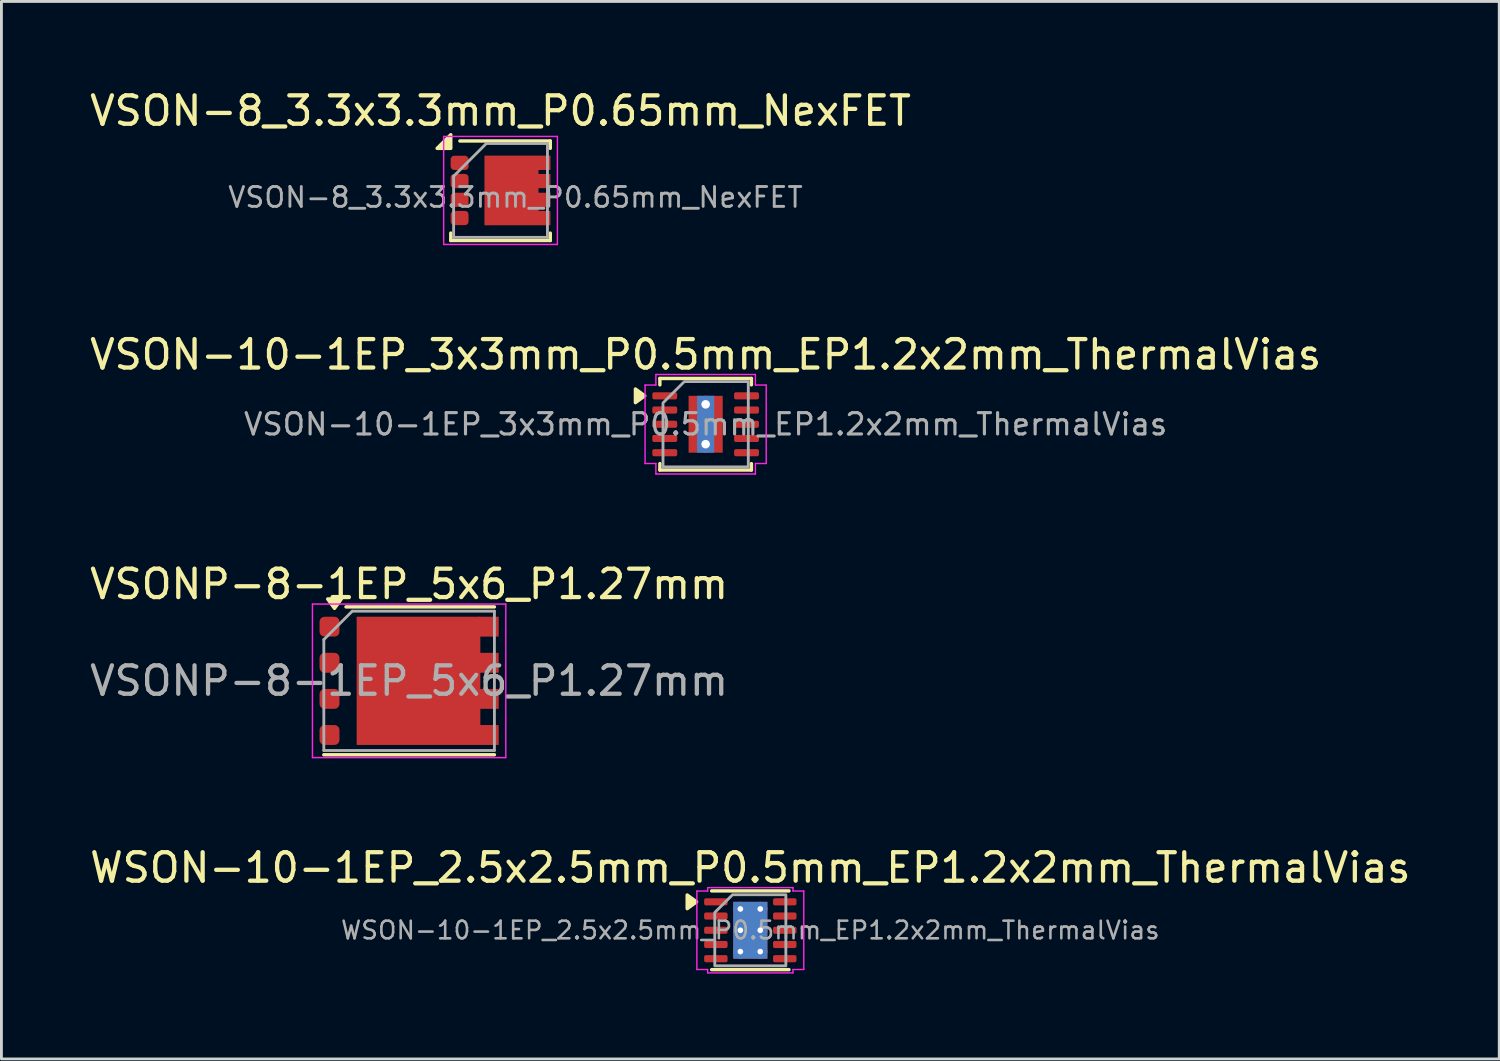
<source format=kicad_pcb>
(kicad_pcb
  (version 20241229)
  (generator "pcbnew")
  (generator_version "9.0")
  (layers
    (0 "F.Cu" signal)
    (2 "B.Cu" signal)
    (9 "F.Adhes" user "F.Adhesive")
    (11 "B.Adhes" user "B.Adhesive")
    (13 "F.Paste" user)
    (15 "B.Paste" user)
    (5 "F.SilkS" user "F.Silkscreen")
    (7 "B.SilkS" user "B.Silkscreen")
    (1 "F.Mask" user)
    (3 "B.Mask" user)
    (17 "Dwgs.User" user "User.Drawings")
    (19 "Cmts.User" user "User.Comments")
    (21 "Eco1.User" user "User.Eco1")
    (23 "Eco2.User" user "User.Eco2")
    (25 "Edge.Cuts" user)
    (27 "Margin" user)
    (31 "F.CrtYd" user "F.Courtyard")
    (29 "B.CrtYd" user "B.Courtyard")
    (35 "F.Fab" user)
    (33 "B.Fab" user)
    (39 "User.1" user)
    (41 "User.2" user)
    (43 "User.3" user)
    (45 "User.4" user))
  (footprint "VSONP-8-1EP_5x6_P1.27mm"
    (layer "F.Cu")
    (at 11.339 20.895)
    (property "Reference" "VSONP-8-1EP_5x6_P1.27mm" (at 0 -3.4 0) (layer "F.SilkS") (effects (font (size 1 1) (thickness 0.15))))
    (attr smd)
    (fp_line (start 3 -2.6) (end -2.22 -2.6) (stroke (width 0.12) (type solid)) (layer "F.SilkS"))
    (fp_line (start 3 2.6) (end -3 2.6) (stroke (width 0.12) (type solid)) (layer "F.SilkS"))
    (fp_poly (pts (xy -2.624 -2.549) (xy -2.864 -2.879) (xy -2.384 -2.879) (xy -2.624 -2.549)) (stroke (width 0.12) (type solid)) (fill yes) (layer "F.SilkS"))
    (fp_line (start -3.4 -2.7) (end 3.4 -2.7) (stroke (width 0.05) (type solid)) (layer "F.CrtYd"))
    (fp_line (start -3.4 2.7) (end -3.4 -2.7) (stroke (width 0.05) (type solid)) (layer "F.CrtYd"))
    (fp_line (start 3.4 -2.7) (end 3.4 2.7) (stroke (width 0.05) (type solid)) (layer "F.CrtYd"))
    (fp_line (start 3.4 2.7) (end -3.4 2.7) (stroke (width 0.05) (type solid)) (layer "F.CrtYd"))
    (fp_line (start -3 -1.45) (end -3 2.45) (stroke (width 0.1) (type solid)) (layer "F.Fab"))
    (fp_line (start -2 -2.45) (end -3 -1.45) (stroke (width 0.1) (type solid)) (layer "F.Fab"))
    (fp_line (start -2 -2.45) (end 3 -2.45) (stroke (width 0.1) (type solid)) (layer "F.Fab"))
    (fp_line (start 3 -2.45) (end 3 2.45) (stroke (width 0.1) (type solid)) (layer "F.Fab"))
    (fp_line (start 3 2.45) (end -3 2.45) (stroke (width 0.1) (type solid)) (layer "F.Fab"))
    (fp_text user "${REFERENCE}" (at 0 0 0) (layer "F.Fab") (effects (font (size 1 1) (thickness 0.15))))
    (pad "" smd rect (at -0.797 -1.095) (size 1.235 1.57) (layers "F.Paste"))
    (pad "" smd rect (at -0.797 1.095) (size 1.235 1.57) (layers "F.Paste"))
    (pad "" smd rect (at 1.113 -1.095) (size 1.585 1.57) (layers "F.Paste"))
    (pad "" smd rect (at 1.113 1.095) (size 1.585 1.57) (layers "F.Paste"))
    (pad "1" smd roundrect (at -2.8 -1.905) (size 0.7 0.7) (layers "F.Cu" "F.Mask" "F.Paste") (roundrect_rratio 0.25))
    (pad "1" smd roundrect (at -2.8 -0.635) (size 0.7 0.7) (layers "F.Cu" "F.Mask" "F.Paste") (roundrect_rratio 0.25))
    (pad "1" smd roundrect (at -2.8 0.635) (size 0.7 0.7) (layers "F.Cu" "F.Mask" "F.Paste") (roundrect_rratio 0.25))
    (pad "2" smd roundrect (at -2.8 1.905) (size 0.7 0.7) (layers "F.Cu" "F.Mask" "F.Paste") (roundrect_rratio 0.25))
    (pad "3" smd rect (at 0.33 0) (size 4.35 4.51) (layers "F.Cu" "F.Mask"))
    (pad "3" smd rect (at 2.8 -1.905) (size 0.7 0.7) (layers "F.Cu" "F.Mask" "F.Paste"))
    (pad "3" smd rect (at 2.8 -0.635) (size 0.7 0.7) (layers "F.Cu" "F.Mask" "F.Paste"))
    (pad "3" smd rect (at 2.8 0.635) (size 0.7 0.7) (layers "F.Cu" "F.Mask" "F.Paste"))
    (pad "3" smd rect (at 2.8 1.905) (size 0.7 0.7) (layers "F.Cu" "F.Mask" "F.Paste")))
  (footprint "WSON-10-1EP_2.5x2.5mm_P0.5mm_EP1.2x2mm_ThermalVias"
    (layer "F.Cu")
    (at 23.339 29.668)
    (property "Reference" "WSON-10-1EP_2.5x2.5mm_P0.5mm_EP1.2x2mm_ThermalVias" (at 0 -2.2 0) (layer "F.SilkS") (effects (font (size 1 1) (thickness 0.15))))
    (attr smd)
    (fp_line (start -1.36 -1.385) (end 1.36 -1.385) (stroke (width 0.12) (type solid)) (layer "F.SilkS"))
    (fp_line (start 1.36 1.385) (end -1.36 1.385) (stroke (width 0.12) (type solid)) (layer "F.SilkS"))
    (fp_poly (pts (xy -1.89 -1) (xy -2.22 -0.76) (xy -2.22 -1.24)) (stroke (width 0.12) (type solid)) (fill yes) (layer "F.SilkS"))
    (fp_line (start -1.88 -1.38) (end -1.5 -1.38) (stroke (width 0.05) (type solid)) (layer "F.CrtYd"))
    (fp_line (start -1.88 1.38) (end -1.88 -1.38) (stroke (width 0.05) (type solid)) (layer "F.CrtYd"))
    (fp_line (start -1.5 -1.5) (end 1.5 -1.5) (stroke (width 0.05) (type solid)) (layer "F.CrtYd"))
    (fp_line (start -1.5 -1.38) (end -1.5 -1.5) (stroke (width 0.05) (type solid)) (layer "F.CrtYd"))
    (fp_line (start -1.5 1.38) (end -1.88 1.38) (stroke (width 0.05) (type solid)) (layer "F.CrtYd"))
    (fp_line (start -1.5 1.5) (end -1.5 1.38) (stroke (width 0.05) (type solid)) (layer "F.CrtYd"))
    (fp_line (start 1.5 -1.5) (end 1.5 -1.38) (stroke (width 0.05) (type solid)) (layer "F.CrtYd"))
    (fp_line (start 1.5 -1.38) (end 1.88 -1.38) (stroke (width 0.05) (type solid)) (layer "F.CrtYd"))
    (fp_line (start 1.5 1.38) (end 1.5 1.5) (stroke (width 0.05) (type solid)) (layer "F.CrtYd"))
    (fp_line (start 1.5 1.5) (end -1.5 1.5) (stroke (width 0.05) (type solid)) (layer "F.CrtYd"))
    (fp_line (start 1.88 -1.38) (end 1.88 1.38) (stroke (width 0.05) (type solid)) (layer "F.CrtYd"))
    (fp_line (start 1.88 1.38) (end 1.5 1.38) (stroke (width 0.05) (type solid)) (layer "F.CrtYd"))
    (fp_poly (pts (xy -1.25 -0.625) (xy -1.25 1.25) (xy 1.25 1.25) (xy 1.25 -1.25) (xy -0.625 -1.25)) (stroke (width 0.1) (type solid)) (fill no) (layer "F.Fab"))
    (fp_text user "${REFERENCE}" (at 0 0 0) (layer "F.Fab") (effects (font (size 0.62 0.62) (thickness 0.09))))
    (pad "" smd roundrect (at -0.3 -0.5) (size 0.52 0.87) (layers "F.Paste") (roundrect_rratio 0.25))
    (pad "" smd roundrect (at -0.3 0.5) (size 0.52 0.87) (layers "F.Paste") (roundrect_rratio 0.25))
    (pad "" smd roundrect (at 0.3 -0.5) (size 0.52 0.87) (layers "F.Paste") (roundrect_rratio 0.25))
    (pad "" smd roundrect (at 0.3 0.5) (size 0.52 0.87) (layers "F.Paste") (roundrect_rratio 0.25))
    (pad "1" smd roundrect (at -1.212 -1) (size 0.825 0.25) (layers "F.Cu" "F.Mask" "F.Paste") (roundrect_rratio 0.25))
    (pad "2" smd roundrect (at -1.212 -0.5) (size 0.825 0.25) (layers "F.Cu" "F.Mask" "F.Paste") (roundrect_rratio 0.25))
    (pad "3" smd roundrect (at -1.212 0) (size 0.825 0.25) (layers "F.Cu" "F.Mask" "F.Paste") (roundrect_rratio 0.25))
    (pad "4" smd roundrect (at -1.212 0.5) (size 0.825 0.25) (layers "F.Cu" "F.Mask" "F.Paste") (roundrect_rratio 0.25))
    (pad "5" smd roundrect (at -1.212 1) (size 0.825 0.25) (layers "F.Cu" "F.Mask" "F.Paste") (roundrect_rratio 0.25))
    (pad "6" smd roundrect (at 1.212 1) (size 0.825 0.25) (layers "F.Cu" "F.Mask" "F.Paste") (roundrect_rratio 0.25))
    (pad "7" smd roundrect (at 1.212 0.5) (size 0.825 0.25) (layers "F.Cu" "F.Mask" "F.Paste") (roundrect_rratio 0.25))
    (pad "8" smd roundrect (at 1.212 0) (size 0.825 0.25) (layers "F.Cu" "F.Mask" "F.Paste") (roundrect_rratio 0.25))
    (pad "9" smd roundrect (at 1.212 -0.5) (size 0.825 0.25) (layers "F.Cu" "F.Mask" "F.Paste") (roundrect_rratio 0.25))
    (pad "10" smd roundrect (at 1.212 -1) (size 0.825 0.25) (layers "F.Cu" "F.Mask" "F.Paste") (roundrect_rratio 0.25))
    (pad "11" thru_hole circle (at -0.35 -0.75) (size 0.5 0.5) (drill 0.2) (property pad_prop_heatsink) (layers "*.Cu"))
    (pad "11" thru_hole circle (at -0.35 0) (size 0.5 0.5) (drill 0.2) (property pad_prop_heatsink) (layers "*.Cu"))
    (pad "11" thru_hole circle (at -0.35 0.75) (size 0.5 0.5) (drill 0.2) (property pad_prop_heatsink) (layers "*.Cu"))
    (pad "11" smd rect (at 0 0) (size 1.2 2) (property pad_prop_heatsink) (layers "F.Cu" "F.Mask"))
    (pad "11" smd rect (at 0 0) (size 1.2 2) (property pad_prop_heatsink) (layers "B.Cu"))
    (pad "11" thru_hole circle (at 0.35 -0.75) (size 0.5 0.5) (drill 0.2) (property pad_prop_heatsink) (layers "*.Cu"))
    (pad "11" thru_hole circle (at 0.35 0) (size 0.5 0.5) (drill 0.2) (property pad_prop_heatsink) (layers "*.Cu"))
    (pad "11" thru_hole circle (at 0.35 0.75) (size 0.5 0.5) (drill 0.2) (property pad_prop_heatsink) (layers "*.Cu")))
  (footprint "VSON-8_3.3x3.3mm_P0.65mm_NexFET"
    (layer "F.Cu")
    (at 14.554 3.648)
    (property "Reference" "VSON-8_3.3x3.3mm_P0.65mm_NexFET" (at 0 -2.8 0) (layer "F.SilkS") (effects (font (size 1 1) (thickness 0.15))))
    (attr smd)
    (fp_line (start -1.75 1.5) (end -1.75 1.76) (stroke (width 0.12) (type solid)) (layer "F.SilkS"))
    (fp_line (start -1.75 1.76) (end 1.75 1.76) (stroke (width 0.12) (type solid)) (layer "F.SilkS"))
    (fp_line (start -1.43 -1.74) (end 1.75 -1.74) (stroke (width 0.12) (type solid)) (layer "F.SilkS"))
    (fp_line (start 1.75 -1.74) (end 1.75 -1.48) (stroke (width 0.12) (type solid)) (layer "F.SilkS"))
    (fp_line (start 1.75 1.5) (end 1.75 1.76) (stroke (width 0.12) (type solid)) (layer "F.SilkS"))
    (fp_poly (pts (xy -1.75 -1.48) (xy -2.23 -1.48) (xy -1.75 -1.96) (xy -1.75 -1.48)) (stroke (width 0.12) (type solid)) (fill yes) (layer "F.SilkS"))
    (fp_line (start -2 -1.9) (end -2 1.9) (stroke (width 0.05) (type solid)) (layer "F.CrtYd"))
    (fp_line (start -2 -1.9) (end 2 -1.9) (stroke (width 0.05) (type solid)) (layer "F.CrtYd"))
    (fp_line (start -2 1.9) (end 2 1.9) (stroke (width 0.05) (type solid)) (layer "F.CrtYd"))
    (fp_line (start 2 -1.9) (end 2 1.9) (stroke (width 0.05) (type solid)) (layer "F.CrtYd"))
    (fp_line (start -1.65 -0.5) (end -0.5 -1.65) (stroke (width 0.1) (type solid)) (layer "F.Fab"))
    (fp_line (start -1.65 1.65) (end -1.65 -0.5) (stroke (width 0.1) (type solid)) (layer "F.Fab"))
    (fp_line (start -0.5 -1.65) (end 1.65 -1.65) (stroke (width 0.1) (type solid)) (layer "F.Fab"))
    (fp_line (start 1.65 -1.65) (end 1.65 1.65) (stroke (width 0.1) (type solid)) (layer "F.Fab"))
    (fp_line (start 1.65 1.65) (end -1.65 1.65) (stroke (width 0.1) (type solid)) (layer "F.Fab"))
    (fp_text user "${REFERENCE}" (at 0.526 0.242 0) (layer "F.Fab") (effects (font (size 0.7 0.7) (thickness 0.1))))
    (pad "" smd rect (at -0.09 -0.61) (size 0.57 0.738) (layers "F.Paste"))
    (pad "" smd rect (at -0.09 0.61) (size 0.57 0.738) (layers "F.Paste"))
    (pad "" smd rect (at 0.86 -0.61) (size 0.57 0.738) (layers "F.Paste"))
    (pad "" smd rect (at 0.86 0.61) (size 0.57 0.738) (layers "F.Paste"))
    (pad "" smd roundrect (at 1.44 -0.973) (size 0.63 0.5) (layers "F.Paste") (roundrect_rratio 0.25))
    (pad "" smd roundrect (at 1.44 -0.33) (size 0.63 0.5) (layers "F.Paste") (roundrect_rratio 0.25))
    (pad "" smd roundrect (at 1.44 0.33) (size 0.63 0.5) (layers "F.Paste") (roundrect_rratio 0.25))
    (pad "" smd roundrect (at 1.44 0.973) (size 0.63 0.5) (layers "F.Paste") (roundrect_rratio 0.25))
    (pad "1" smd roundrect (at -1.44 -0.97) (size 0.63 0.5) (layers "F.Cu" "F.Mask" "F.Paste") (roundrect_rratio 0.25))
    (pad "2" smd roundrect (at -1.44 -0.33) (size 0.63 0.5) (layers "F.Cu" "F.Mask" "F.Paste") (roundrect_rratio 0.25))
    (pad "3" smd roundrect (at -1.44 0.33) (size 0.63 0.5) (layers "F.Cu" "F.Mask" "F.Paste") (roundrect_rratio 0.25))
    (pad "4" smd roundrect (at -1.44 0.97) (size 0.63 0.5) (layers "F.Cu" "F.Mask" "F.Paste") (roundrect_rratio 0.25))
    (pad "5" smd custom (at 0.385 0) (size 1.9 2.45) (layers "F.Cu" "F.Mask") (options (anchor rect)) (primitives (gr_poly (pts (xy 1.371 -0.72) (xy 0.95 -0.72) (xy 0.95 -0.58) (xy 1.37 -0.58) (xy 1.37 -0.08) (xy 0.95 -0.08) (xy 0.95 0.08) (xy 1.37 0.08) (xy 1.37 0.58) (xy 0.95 0.58) (xy 0.95 0.72) (xy 1.37 0.72) (xy 1.37 1.225) (xy -0.95 1.225) (xy -0.95 -1.225) (xy 1.371 -1.225)) (width 0) (fill yes)))))
  (footprint "VSON-10-1EP_3x3mm_P0.5mm_EP1.2x2mm_ThermalVias"
    (layer "F.Cu")
    (at 21.768 11.871)
    (property "Reference" "VSON-10-1EP_3x3mm_P0.5mm_EP1.2x2mm_ThermalVias" (at 0 -2.45 0) (layer "F.SilkS") (effects (font (size 1 1) (thickness 0.15))))
    (attr smd)
    (fp_line (start -1.61 -1.61) (end 1.61 -1.61) (stroke (width 0.12) (type solid)) (layer "F.SilkS"))
    (fp_line (start -1.61 -1.385) (end -1.61 -1.61) (stroke (width 0.12) (type solid)) (layer "F.SilkS"))
    (fp_line (start -1.61 1.61) (end -1.61 1.385) (stroke (width 0.12) (type solid)) (layer "F.SilkS"))
    (fp_line (start 1.61 -1.61) (end 1.61 -1.385) (stroke (width 0.12) (type solid)) (layer "F.SilkS"))
    (fp_line (start 1.61 1.385) (end 1.61 1.61) (stroke (width 0.12) (type solid)) (layer "F.SilkS"))
    (fp_line (start 1.61 1.61) (end -1.61 1.61) (stroke (width 0.12) (type solid)) (layer "F.SilkS"))
    (fp_poly (pts (xy -2.14 -1) (xy -2.47 -0.76) (xy -2.47 -1.24)) (stroke (width 0.12) (type solid)) (fill yes) (layer "F.SilkS"))
    (fp_line (start -2.13 -1.38) (end -1.75 -1.38) (stroke (width 0.05) (type solid)) (layer "F.CrtYd"))
    (fp_line (start -2.13 1.38) (end -2.13 -1.38) (stroke (width 0.05) (type solid)) (layer "F.CrtYd"))
    (fp_line (start -1.75 -1.75) (end 1.75 -1.75) (stroke (width 0.05) (type solid)) (layer "F.CrtYd"))
    (fp_line (start -1.75 -1.38) (end -1.75 -1.75) (stroke (width 0.05) (type solid)) (layer "F.CrtYd"))
    (fp_line (start -1.75 1.38) (end -2.13 1.38) (stroke (width 0.05) (type solid)) (layer "F.CrtYd"))
    (fp_line (start -1.75 1.75) (end -1.75 1.38) (stroke (width 0.05) (type solid)) (layer "F.CrtYd"))
    (fp_line (start 1.75 -1.75) (end 1.75 -1.38) (stroke (width 0.05) (type solid)) (layer "F.CrtYd"))
    (fp_line (start 1.75 -1.38) (end 2.13 -1.38) (stroke (width 0.05) (type solid)) (layer "F.CrtYd"))
    (fp_line (start 1.75 1.38) (end 1.75 1.75) (stroke (width 0.05) (type solid)) (layer "F.CrtYd"))
    (fp_line (start 1.75 1.75) (end -1.75 1.75) (stroke (width 0.05) (type solid)) (layer "F.CrtYd"))
    (fp_line (start 2.13 -1.38) (end 2.13 1.38) (stroke (width 0.05) (type solid)) (layer "F.CrtYd"))
    (fp_line (start 2.13 1.38) (end 1.75 1.38) (stroke (width 0.05) (type solid)) (layer "F.CrtYd"))
    (fp_poly (pts (xy -1.5 -0.75) (xy -1.5 1.5) (xy 1.5 1.5) (xy 1.5 -1.5) (xy -0.75 -1.5)) (stroke (width 0.1) (type solid)) (fill no) (layer "F.Fab"))
    (fp_text user "${REFERENCE}" (at 0 0 0) (layer "F.Fab") (effects (font (size 0.75 0.75) (thickness 0.11))))
    (pad "" smd roundrect (at -0.3 -0.5) (size 0.52 0.87) (layers "F.Paste") (roundrect_rratio 0.25))
    (pad "" smd roundrect (at -0.3 0.5) (size 0.52 0.87) (layers "F.Paste") (roundrect_rratio 0.25))
    (pad "" smd roundrect (at 0.3 -0.5) (size 0.52 0.87) (layers "F.Paste") (roundrect_rratio 0.25))
    (pad "" smd roundrect (at 0.3 0.5) (size 0.52 0.87) (layers "F.Paste") (roundrect_rratio 0.25))
    (pad "1" smd roundrect (at -1.438 -1) (size 0.875 0.25) (layers "F.Cu" "F.Mask" "F.Paste") (roundrect_rratio 0.25))
    (pad "2" smd roundrect (at -1.438 -0.5) (size 0.875 0.25) (layers "F.Cu" "F.Mask" "F.Paste") (roundrect_rratio 0.25))
    (pad "3" smd roundrect (at -1.438 0) (size 0.875 0.25) (layers "F.Cu" "F.Mask" "F.Paste") (roundrect_rratio 0.25))
    (pad "4" smd roundrect (at -1.438 0.5) (size 0.875 0.25) (layers "F.Cu" "F.Mask" "F.Paste") (roundrect_rratio 0.25))
    (pad "5" smd roundrect (at -1.438 1) (size 0.875 0.25) (layers "F.Cu" "F.Mask" "F.Paste") (roundrect_rratio 0.25))
    (pad "6" smd roundrect (at 1.438 1) (size 0.875 0.25) (layers "F.Cu" "F.Mask" "F.Paste") (roundrect_rratio 0.25))
    (pad "7" smd roundrect (at 1.438 0.5) (size 0.875 0.25) (layers "F.Cu" "F.Mask" "F.Paste") (roundrect_rratio 0.25))
    (pad "8" smd roundrect (at 1.438 0) (size 0.875 0.25) (layers "F.Cu" "F.Mask" "F.Paste") (roundrect_rratio 0.25))
    (pad "9" smd roundrect (at 1.438 -0.5) (size 0.875 0.25) (layers "F.Cu" "F.Mask" "F.Paste") (roundrect_rratio 0.25))
    (pad "10" smd roundrect (at 1.438 -1) (size 0.875 0.25) (layers "F.Cu" "F.Mask" "F.Paste") (roundrect_rratio 0.25))
    (pad "11" thru_hole circle (at 0 -0.7) (size 0.6 0.6) (drill 0.3) (property pad_prop_heatsink) (layers "*.Cu"))
    (pad "11" smd rect (at 0 0) (size 0.6 2) (property pad_prop_heatsink) (layers "B.Cu"))
    (pad "11" smd rect (at 0 0) (size 1.2 2) (property pad_prop_heatsink) (layers "F.Cu" "F.Mask"))
    (pad "11" thru_hole circle (at 0 0.7) (size 0.6 0.6) (drill 0.3) (property pad_prop_heatsink) (layers "*.Cu")))
  (gr_rect
    (start -3 -3)
    (end 49.679 34.193)
    (stroke (width 0.1) (type default))
    (fill no)
    (layer "Edge.Cuts")))
</source>
